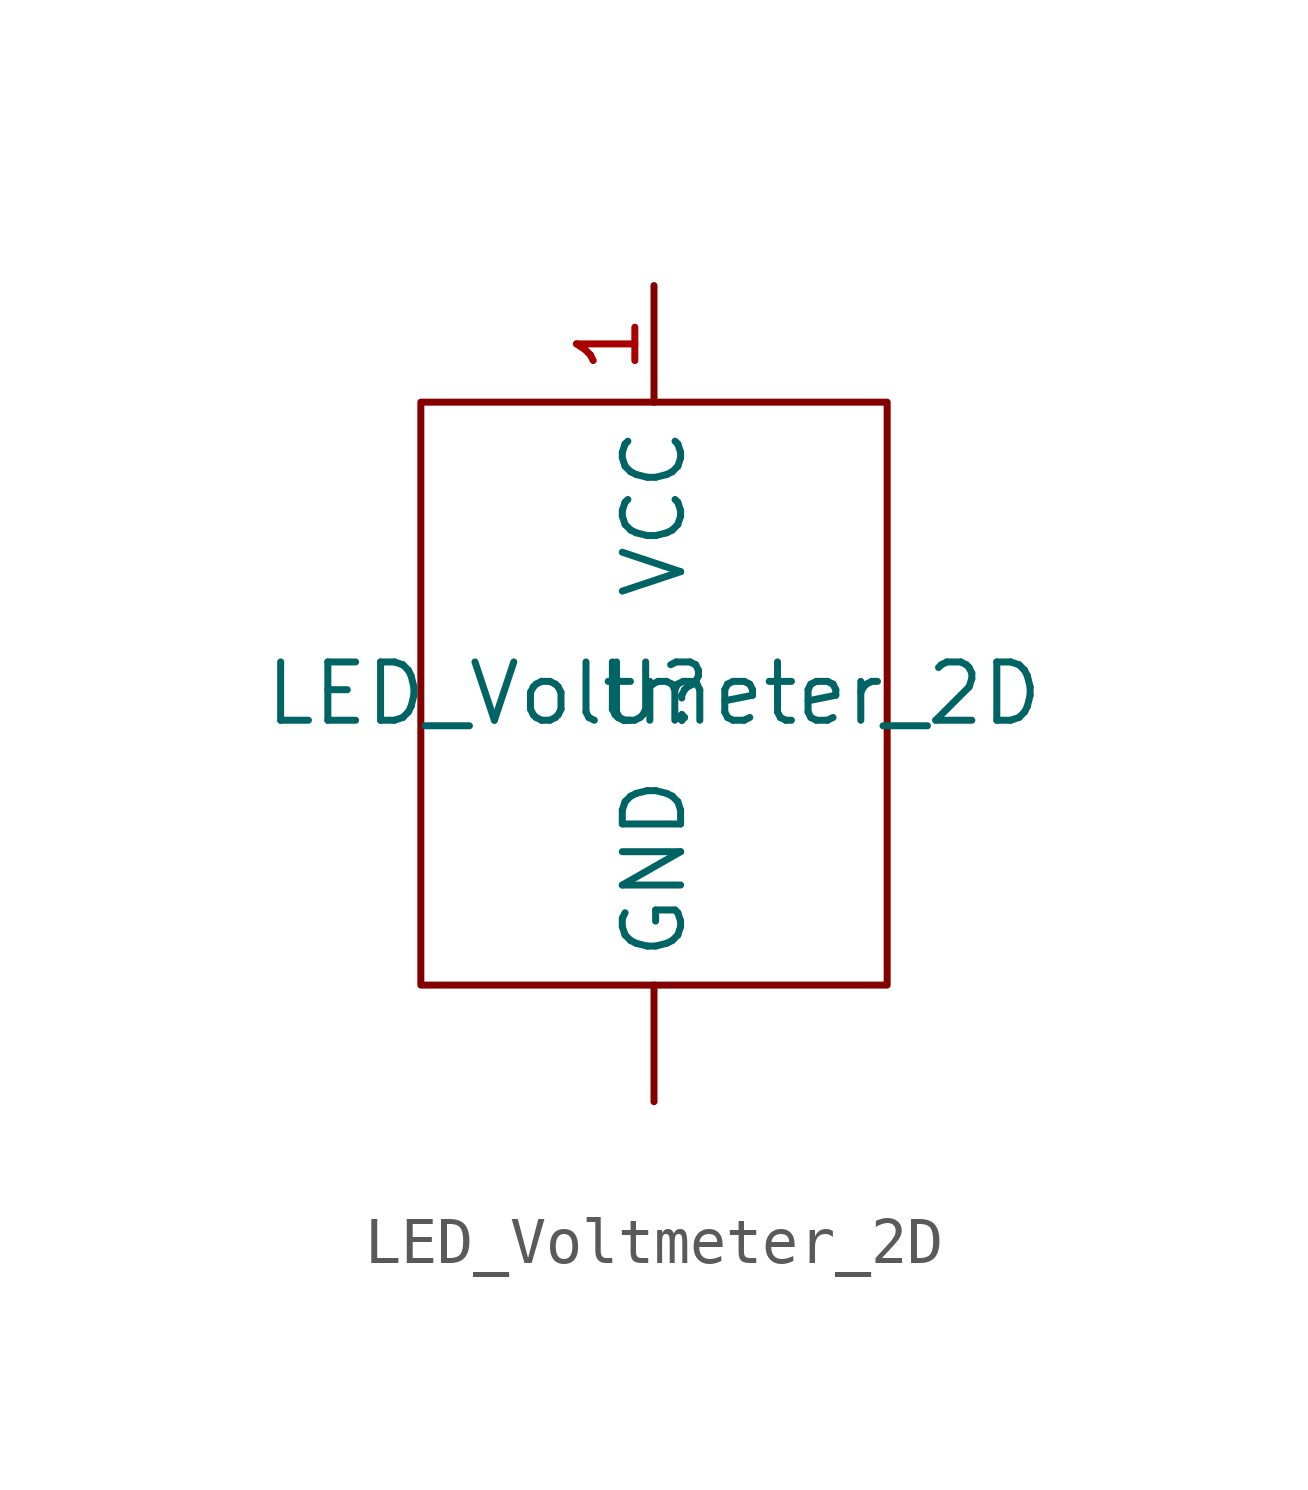
<source format=kicad_sym>
(kicad_symbol_lib
  (version 20241209)
  (generator "kicad_symbol_editor")
  (generator_version "9.0")
  (symbol "LED_Voltmeter_2D"
    (property "Reference" "U"
      (at 0 0 0)
      (effects (font (size 1.27 1.27))))
    (property "Value" "LED_Voltmeter_2D"
      (at 0 0 0)
      (effects (font (size 1.27 1.27))))
    (symbol "LED_Voltmeter_2D_1_1"
      (rectangle (start -5.08 6.35) (end 5.08 -6.35) (stroke (width 0) (type solid)) (fill (type none)))
      (pin power_in line (at 0 8.89 270) (length 2.54) (name "VCC" (effects (font (size 1.27 1.27)))) (number "1" (effects (font (size 1.27 1.27)))))
      (pin power_in line (at 0 -8.89 90) (length 2.54) (name "GND" (effects (font (size 1.27 1.27)))) (number "" (effects (font (size 1.27 1.27))))))))
</source>
